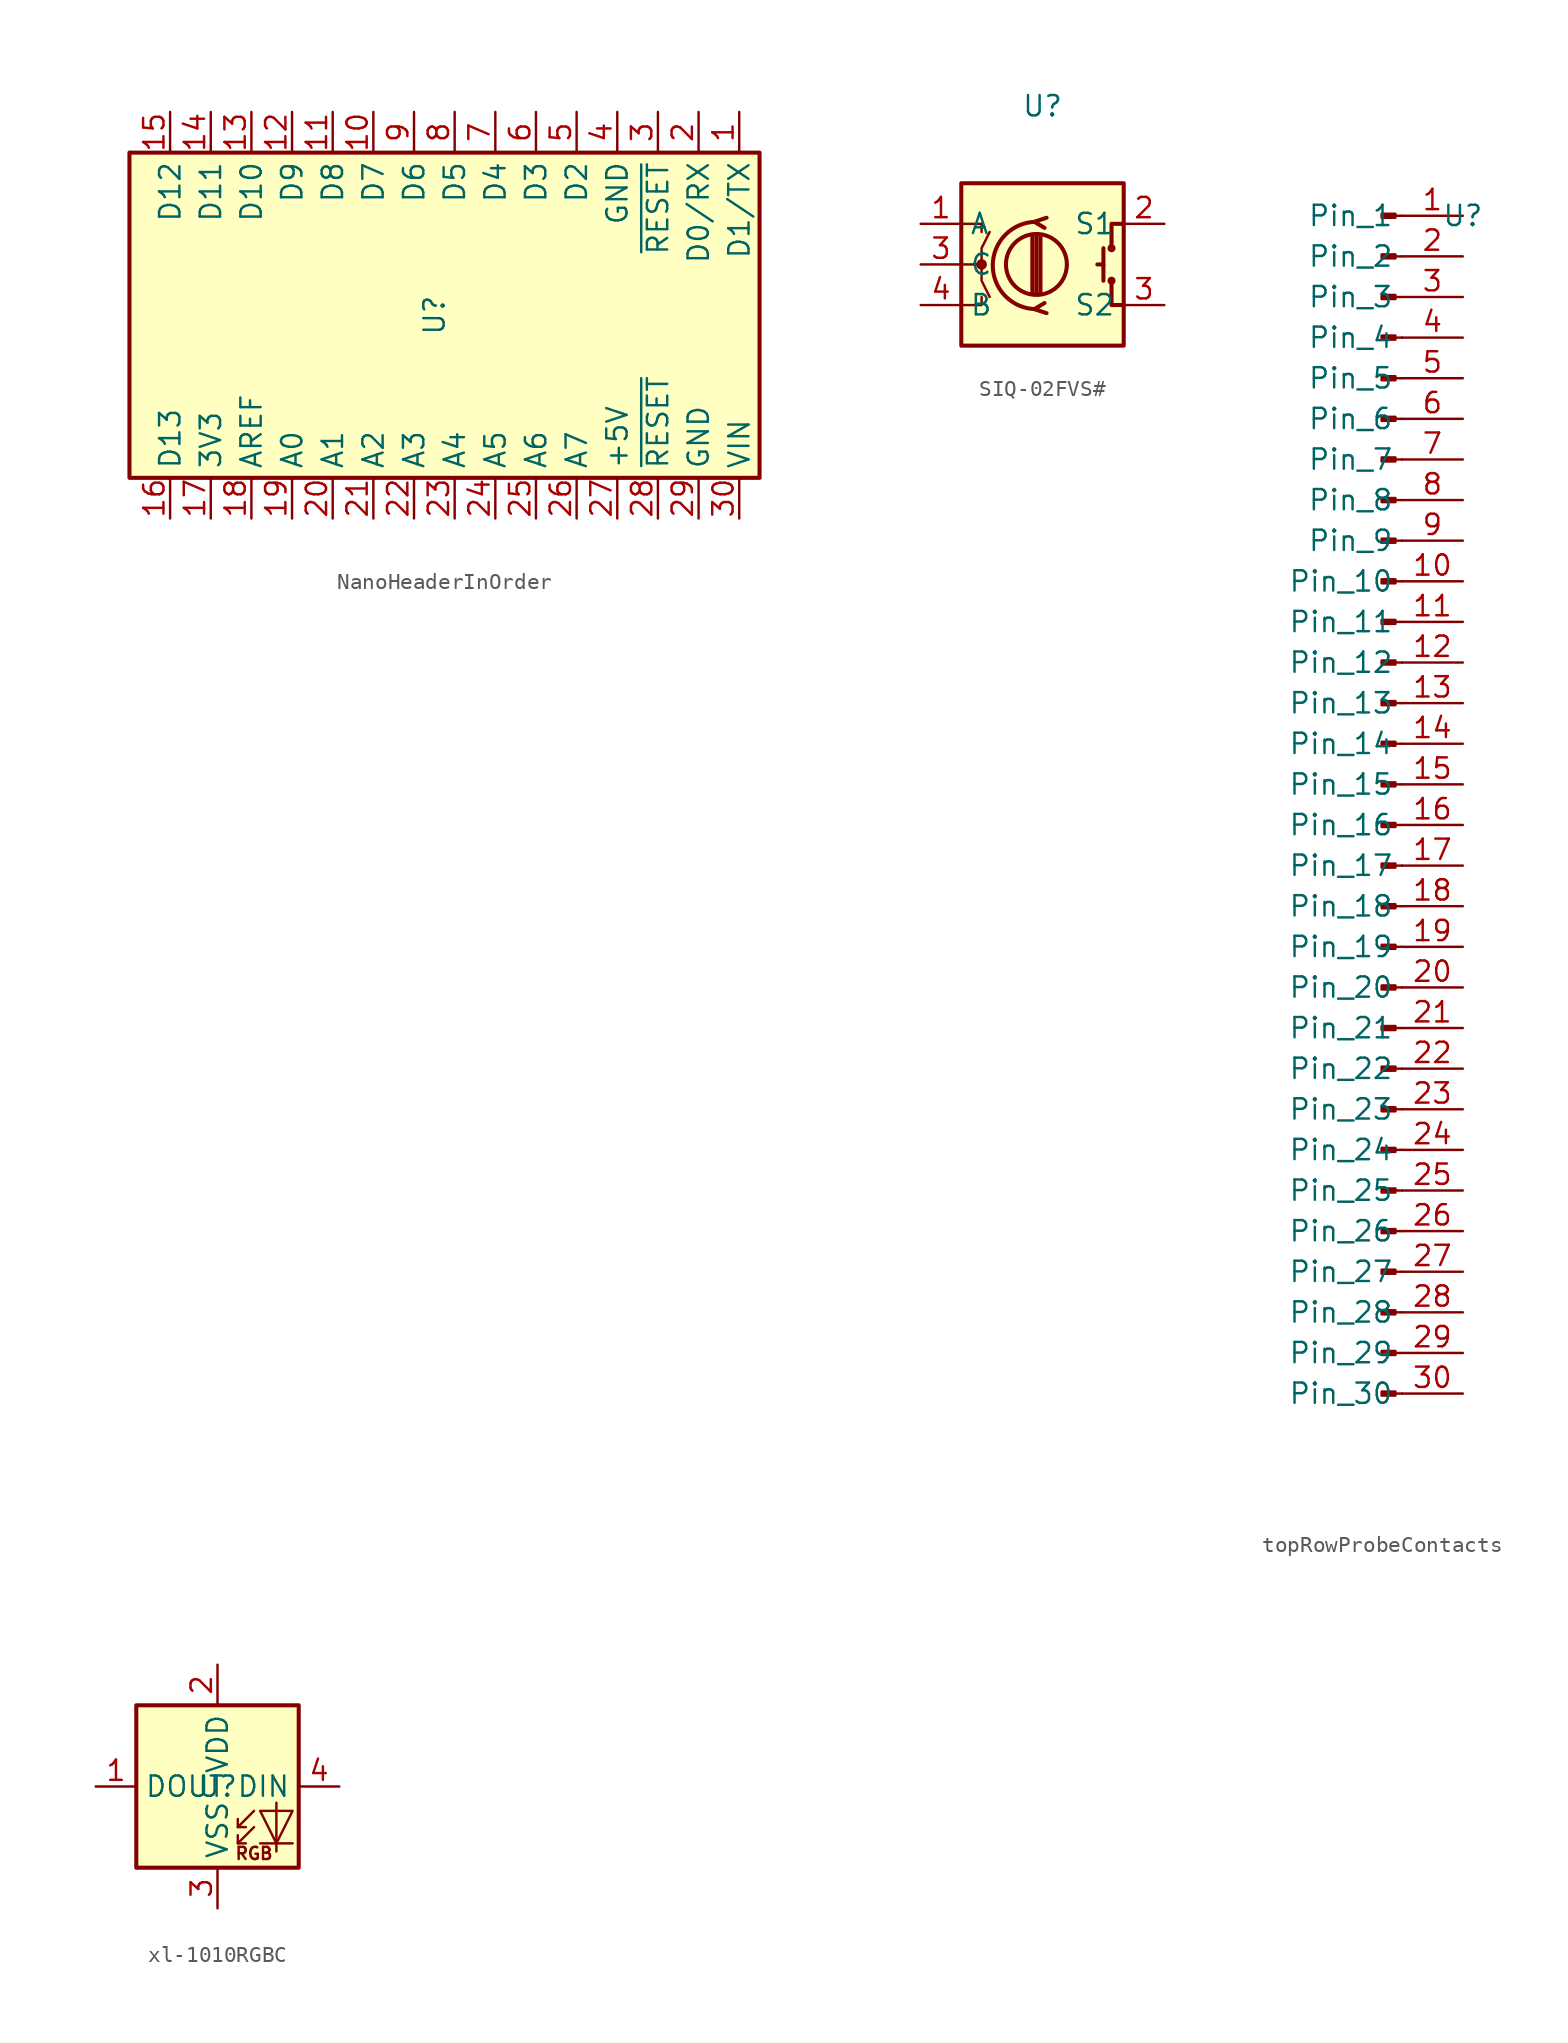
<source format=kicad_sym>
(kicad_symbol_lib
  (version 20231120)
  (generator "kicad_symbol_editor")
  (generator_version "8.0")
  (symbol "NanoHeaderInOrder"
    (property "Reference" "U"
      (at -1.27 0 90)
      (effects (font (size 1.27 1.27))))
    (property "Value" ""
      (at -1.27 0 90)
      (effects (font (size 1.27 1.27))))
    (symbol "NanoHeaderInOrder_0_1"
      (rectangle (start -20.32 10.16) (end 19.05 -10.16) (stroke (width 0.254) (type default)) (fill (type background))))
    (symbol "NanoHeaderInOrder_1_1"
      (pin bidirectional line (at 17.78 12.7 270) (length 2.54) (name "D1/TX" (effects (font (size 1.27 1.27)))) (number "1" (effects (font (size 1.27 1.27)))))
      (pin bidirectional line (at -5.08 12.7 270) (length 2.54) (name "D7" (effects (font (size 1.27 1.27)))) (number "10" (effects (font (size 1.27 1.27)))))
      (pin bidirectional line (at -7.62 12.7 270) (length 2.54) (name "D8" (effects (font (size 1.27 1.27)))) (number "11" (effects (font (size 1.27 1.27)))))
      (pin bidirectional line (at -10.16 12.7 270) (length 2.54) (name "D9" (effects (font (size 1.27 1.27)))) (number "12" (effects (font (size 1.27 1.27)))))
      (pin bidirectional line (at -12.7 12.7 270) (length 2.54) (name "D10" (effects (font (size 1.27 1.27)))) (number "13" (effects (font (size 1.27 1.27)))))
      (pin bidirectional line (at -15.24 12.7 270) (length 2.54) (name "D11" (effects (font (size 1.27 1.27)))) (number "14" (effects (font (size 1.27 1.27)))))
      (pin bidirectional line (at -17.78 12.7 270) (length 2.54) (name "D12" (effects (font (size 1.27 1.27)))) (number "15" (effects (font (size 1.27 1.27)))))
      (pin bidirectional line (at -17.78 -12.7 90) (length 2.54) (name "D13" (effects (font (size 1.27 1.27)))) (number "16" (effects (font (size 1.27 1.27)))))
      (pin power_out line (at -15.24 -12.7 90) (length 2.54) (name "3V3" (effects (font (size 1.27 1.27)))) (number "17" (effects (font (size 1.27 1.27)))))
      (pin input line (at -12.7 -12.7 90) (length 2.54) (name "AREF" (effects (font (size 1.27 1.27)))) (number "18" (effects (font (size 1.27 1.27)))))
      (pin bidirectional line (at -10.16 -12.7 90) (length 2.54) (name "A0" (effects (font (size 1.27 1.27)))) (number "19" (effects (font (size 1.27 1.27)))))
      (pin bidirectional line (at 15.24 12.7 270) (length 2.54) (name "D0/RX" (effects (font (size 1.27 1.27)))) (number "2" (effects (font (size 1.27 1.27)))))
      (pin bidirectional line (at -7.62 -12.7 90) (length 2.54) (name "A1" (effects (font (size 1.27 1.27)))) (number "20" (effects (font (size 1.27 1.27)))))
      (pin bidirectional line (at -5.08 -12.7 90) (length 2.54) (name "A2" (effects (font (size 1.27 1.27)))) (number "21" (effects (font (size 1.27 1.27)))))
      (pin bidirectional line (at -2.54 -12.7 90) (length 2.54) (name "A3" (effects (font (size 1.27 1.27)))) (number "22" (effects (font (size 1.27 1.27)))))
      (pin bidirectional line (at 0 -12.7 90) (length 2.54) (name "A4" (effects (font (size 1.27 1.27)))) (number "23" (effects (font (size 1.27 1.27)))))
      (pin bidirectional line (at 2.54 -12.7 90) (length 2.54) (name "A5" (effects (font (size 1.27 1.27)))) (number "24" (effects (font (size 1.27 1.27)))))
      (pin bidirectional line (at 5.08 -12.7 90) (length 2.54) (name "A6" (effects (font (size 1.27 1.27)))) (number "25" (effects (font (size 1.27 1.27)))))
      (pin bidirectional line (at 7.62 -12.7 90) (length 2.54) (name "A7" (effects (font (size 1.27 1.27)))) (number "26" (effects (font (size 1.27 1.27)))))
      (pin power_out line (at 10.16 -12.7 90) (length 2.54) (name "+5V" (effects (font (size 1.27 1.27)))) (number "27" (effects (font (size 1.27 1.27)))))
      (pin input line (at 12.7 -12.7 90) (length 2.54) (name "~{RESET}" (effects (font (size 1.27 1.27)))) (number "28" (effects (font (size 1.27 1.27)))))
      (pin power_in line (at 15.24 -12.7 90) (length 2.54) (name "GND" (effects (font (size 1.27 1.27)))) (number "29" (effects (font (size 1.27 1.27)))))
      (pin input line (at 12.7 12.7 270) (length 2.54) (name "~{RESET}" (effects (font (size 1.27 1.27)))) (number "3" (effects (font (size 1.27 1.27)))))
      (pin power_in line (at 17.78 -12.7 90) (length 2.54) (name "VIN" (effects (font (size 1.27 1.27)))) (number "30" (effects (font (size 1.27 1.27)))))
      (pin power_in line (at 10.16 12.7 270) (length 2.54) (name "GND" (effects (font (size 1.27 1.27)))) (number "4" (effects (font (size 1.27 1.27)))))
      (pin bidirectional line (at 7.62 12.7 270) (length 2.54) (name "D2" (effects (font (size 1.27 1.27)))) (number "5" (effects (font (size 1.27 1.27)))))
      (pin bidirectional line (at 5.08 12.7 270) (length 2.54) (name "D3" (effects (font (size 1.27 1.27)))) (number "6" (effects (font (size 1.27 1.27)))))
      (pin bidirectional line (at 2.54 12.7 270) (length 2.54) (name "D4" (effects (font (size 1.27 1.27)))) (number "7" (effects (font (size 1.27 1.27)))))
      (pin bidirectional line (at 0 12.7 270) (length 2.54) (name "D5" (effects (font (size 1.27 1.27)))) (number "8" (effects (font (size 1.27 1.27)))))
      (pin bidirectional line (at -2.54 12.7 270) (length 2.54) (name "D6" (effects (font (size 1.27 1.27)))) (number "9" (effects (font (size 1.27 1.27)))))))
  (symbol "SIQ-02FVS#"
    (property "Reference" "U"
      (at 0 9.906 0)
      (effects (font (size 1.27 1.27))))
    (property "Value" ""
      (at 0 0 0)
      (effects (font (size 1.27 1.27))))
    (symbol "SIQ-02FVS#_0_1"
      (rectangle (start -5.08 5.08) (end 5.08 -5.08) (stroke (width 0.254) (type default)) (fill (type background)))
      (circle (center -3.81 0) (radius 0.254) (stroke (width 0) (type default)) (fill (type outline)))
      (circle (center -0.381 0) (radius 1.905) (stroke (width 0.254) (type default)) (fill (type none)))
      (arc (start -0.381 2.667) (mid -3.0988 -0.0635) (end -0.381 -2.794) (stroke (width 0.254) (type default)) (fill (type none)))
      (polyline (pts (xy -0.635 -1.778) (xy -0.635 1.778)) (stroke (width 0.254) (type default)) (fill (type none)))
      (polyline (pts (xy -0.381 -1.778) (xy -0.381 1.778)) (stroke (width 0.254) (type default)) (fill (type none)))
      (polyline (pts (xy -0.127 1.778) (xy -0.127 -1.778)) (stroke (width 0.254) (type default)) (fill (type none)))
      (polyline (pts (xy 3.81 0) (xy 3.429 0)) (stroke (width 0.254) (type default)) (fill (type none)))
      (polyline (pts (xy 3.81 1.016) (xy 3.81 -1.016)) (stroke (width 0.254) (type default)) (fill (type none)))
      (polyline (pts (xy -5.08 -2.54) (xy -3.81 -2.54) (xy -3.81 -2.032)) (stroke (width 0) (type default)) (fill (type none)))
      (polyline (pts (xy -5.08 2.54) (xy -3.81 2.54) (xy -3.81 2.032)) (stroke (width 0) (type default)) (fill (type none)))
      (polyline (pts (xy 0.254 -3.048) (xy -0.508 -2.794) (xy 0.127 -2.413)) (stroke (width 0.254) (type default)) (fill (type none)))
      (polyline (pts (xy 0.254 2.921) (xy -0.508 2.667) (xy 0.127 2.286)) (stroke (width 0.254) (type default)) (fill (type none)))
      (polyline (pts (xy 5.08 -2.54) (xy 4.318 -2.54) (xy 4.318 -1.016)) (stroke (width 0.254) (type default)) (fill (type none)))
      (polyline (pts (xy 5.08 2.54) (xy 4.318 2.54) (xy 4.318 1.016)) (stroke (width 0.254) (type default)) (fill (type none)))
      (polyline (pts (xy -5.08 0) (xy -3.81 0) (xy -3.81 -1.016) (xy -3.302 -2.032)) (stroke (width 0) (type default)) (fill (type none)))
      (polyline (pts (xy -4.318 0) (xy -3.81 0) (xy -3.81 1.016) (xy -3.302 2.032)) (stroke (width 0) (type default)) (fill (type none)))
      (circle (center 4.318 -1.016) (radius 0.127) (stroke (width 0.254) (type default)) (fill (type none)))
      (circle (center 4.318 1.016) (radius 0.127) (stroke (width 0.254) (type default)) (fill (type none))))
    (symbol "SIQ-02FVS#_1_1"
      (pin passive line (at -7.62 2.54 0) (length 2.54) (name "A" (effects (font (size 1.27 1.27)))) (number "1" (effects (font (size 1.27 1.27)))))
      (pin passive line (at 7.62 2.54 180) (length 2.54) (name "S1" (effects (font (size 1.27 1.27)))) (number "2" (effects (font (size 1.27 1.27)))))
      (pin output line (at -7.62 0 0) (length 2.54) (name "C" (effects (font (size 1.27 1.27)))) (number "3" (effects (font (size 1.27 1.27)))))
      (pin passive line (at 7.62 -2.54 180) (length 2.54) (name "S2" (effects (font (size 1.27 1.27)))) (number "3" (effects (font (size 1.27 1.27)))))
      (pin passive line (at -7.62 -2.54 0) (length 2.54) (name "B" (effects (font (size 1.27 1.27)))) (number "4" (effects (font (size 1.27 1.27)))))))
  (symbol "topRowProbeContacts"
    (property "Reference" "U"
      (at 0 0 0)
      (effects (font (size 1.27 1.27))))
    (property "Value" ""
      (at 0 0 0)
      (effects (font (size 1.27 1.27))))
    (symbol "topRowProbeContacts_1_1"
      (rectangle (start -4.216 -73.533) (end -5.08 -73.787) (stroke (width 0.152) (type default)) (fill (type outline)))
      (rectangle (start -4.216 -70.993) (end -5.08 -71.247) (stroke (width 0.152) (type default)) (fill (type outline)))
      (rectangle (start -4.216 -68.453) (end -5.08 -68.707) (stroke (width 0.152) (type default)) (fill (type outline)))
      (rectangle (start -4.216 -65.913) (end -5.08 -66.167) (stroke (width 0.152) (type default)) (fill (type outline)))
      (rectangle (start -4.216 -63.373) (end -5.08 -63.627) (stroke (width 0.152) (type default)) (fill (type outline)))
      (rectangle (start -4.216 -60.833) (end -5.08 -61.087) (stroke (width 0.152) (type default)) (fill (type outline)))
      (rectangle (start -4.216 -58.293) (end -5.08 -58.547) (stroke (width 0.152) (type default)) (fill (type outline)))
      (rectangle (start -4.216 -55.753) (end -5.08 -56.007) (stroke (width 0.152) (type default)) (fill (type outline)))
      (rectangle (start -4.216 -53.213) (end -5.08 -53.467) (stroke (width 0.152) (type default)) (fill (type outline)))
      (rectangle (start -4.216 -50.673) (end -5.08 -50.927) (stroke (width 0.152) (type default)) (fill (type outline)))
      (rectangle (start -4.216 -48.133) (end -5.08 -48.387) (stroke (width 0.152) (type default)) (fill (type outline)))
      (rectangle (start -4.216 -45.593) (end -5.08 -45.847) (stroke (width 0.152) (type default)) (fill (type outline)))
      (rectangle (start -4.216 -43.053) (end -5.08 -43.307) (stroke (width 0.152) (type default)) (fill (type outline)))
      (rectangle (start -4.216 -40.513) (end -5.08 -40.767) (stroke (width 0.152) (type default)) (fill (type outline)))
      (rectangle (start -4.216 -37.973) (end -5.08 -38.227) (stroke (width 0.152) (type default)) (fill (type outline)))
      (rectangle (start -4.216 -35.433) (end -5.08 -35.687) (stroke (width 0.152) (type default)) (fill (type outline)))
      (rectangle (start -4.216 -32.893) (end -5.08 -33.147) (stroke (width 0.152) (type default)) (fill (type outline)))
      (rectangle (start -4.216 -30.353) (end -5.08 -30.607) (stroke (width 0.152) (type default)) (fill (type outline)))
      (rectangle (start -4.216 -27.813) (end -5.08 -28.067) (stroke (width 0.152) (type default)) (fill (type outline)))
      (rectangle (start -4.216 -25.273) (end -5.08 -25.527) (stroke (width 0.152) (type default)) (fill (type outline)))
      (rectangle (start -4.216 -22.733) (end -5.08 -22.987) (stroke (width 0.152) (type default)) (fill (type outline)))
      (rectangle (start -4.216 -20.193) (end -5.08 -20.447) (stroke (width 0.152) (type default)) (fill (type outline)))
      (rectangle (start -4.216 -17.653) (end -5.08 -17.907) (stroke (width 0.152) (type default)) (fill (type outline)))
      (rectangle (start -4.216 -15.113) (end -5.08 -15.367) (stroke (width 0.152) (type default)) (fill (type outline)))
      (rectangle (start -4.216 -12.573) (end -5.08 -12.827) (stroke (width 0.152) (type default)) (fill (type outline)))
      (rectangle (start -4.216 -10.033) (end -5.08 -10.287) (stroke (width 0.152) (type default)) (fill (type outline)))
      (rectangle (start -4.216 -7.493) (end -5.08 -7.747) (stroke (width 0.152) (type default)) (fill (type outline)))
      (rectangle (start -4.216 -4.953) (end -5.08 -5.207) (stroke (width 0.152) (type default)) (fill (type outline)))
      (rectangle (start -4.216 -2.413) (end -5.08 -2.667) (stroke (width 0.152) (type default)) (fill (type outline)))
      (rectangle (start -4.216 0.127) (end -5.08 -0.127) (stroke (width 0.152) (type default)) (fill (type outline)))
      (polyline (pts (xy -3.81 -73.66) (xy -4.216 -73.66)) (stroke (width 0.152) (type default)) (fill (type none)))
      (polyline (pts (xy -3.81 -71.12) (xy -4.216 -71.12)) (stroke (width 0.152) (type default)) (fill (type none)))
      (polyline (pts (xy -3.81 -68.58) (xy -4.216 -68.58)) (stroke (width 0.152) (type default)) (fill (type none)))
      (polyline (pts (xy -3.81 -66.04) (xy -4.216 -66.04)) (stroke (width 0.152) (type default)) (fill (type none)))
      (polyline (pts (xy -3.81 -63.5) (xy -4.216 -63.5)) (stroke (width 0.152) (type default)) (fill (type none)))
      (polyline (pts (xy -3.81 -60.96) (xy -4.216 -60.96)) (stroke (width 0.152) (type default)) (fill (type none)))
      (polyline (pts (xy -3.81 -58.42) (xy -4.216 -58.42)) (stroke (width 0.152) (type default)) (fill (type none)))
      (polyline (pts (xy -3.81 -55.88) (xy -4.216 -55.88)) (stroke (width 0.152) (type default)) (fill (type none)))
      (polyline (pts (xy -3.81 -53.34) (xy -4.216 -53.34)) (stroke (width 0.152) (type default)) (fill (type none)))
      (polyline (pts (xy -3.81 -50.8) (xy -4.216 -50.8)) (stroke (width 0.152) (type default)) (fill (type none)))
      (polyline (pts (xy -3.81 -48.26) (xy -4.216 -48.26)) (stroke (width 0.152) (type default)) (fill (type none)))
      (polyline (pts (xy -3.81 -45.72) (xy -4.216 -45.72)) (stroke (width 0.152) (type default)) (fill (type none)))
      (polyline (pts (xy -3.81 -43.18) (xy -4.216 -43.18)) (stroke (width 0.152) (type default)) (fill (type none)))
      (polyline (pts (xy -3.81 -40.64) (xy -4.216 -40.64)) (stroke (width 0.152) (type default)) (fill (type none)))
      (polyline (pts (xy -3.81 -38.1) (xy -4.216 -38.1)) (stroke (width 0.152) (type default)) (fill (type none)))
      (polyline (pts (xy -3.81 -35.56) (xy -4.216 -35.56)) (stroke (width 0.152) (type default)) (fill (type none)))
      (polyline (pts (xy -3.81 -33.02) (xy -4.216 -33.02)) (stroke (width 0.152) (type default)) (fill (type none)))
      (polyline (pts (xy -3.81 -30.48) (xy -4.216 -30.48)) (stroke (width 0.152) (type default)) (fill (type none)))
      (polyline (pts (xy -3.81 -27.94) (xy -4.216 -27.94)) (stroke (width 0.152) (type default)) (fill (type none)))
      (polyline (pts (xy -3.81 -25.4) (xy -4.216 -25.4)) (stroke (width 0.152) (type default)) (fill (type none)))
      (polyline (pts (xy -3.81 -22.86) (xy -4.216 -22.86)) (stroke (width 0.152) (type default)) (fill (type none)))
      (polyline (pts (xy -3.81 -20.32) (xy -4.216 -20.32)) (stroke (width 0.152) (type default)) (fill (type none)))
      (polyline (pts (xy -3.81 -17.78) (xy -4.216 -17.78)) (stroke (width 0.152) (type default)) (fill (type none)))
      (polyline (pts (xy -3.81 -15.24) (xy -4.216 -15.24)) (stroke (width 0.152) (type default)) (fill (type none)))
      (polyline (pts (xy -3.81 -12.7) (xy -4.216 -12.7)) (stroke (width 0.152) (type default)) (fill (type none)))
      (polyline (pts (xy -3.81 -10.16) (xy -4.216 -10.16)) (stroke (width 0.152) (type default)) (fill (type none)))
      (polyline (pts (xy -3.81 -7.62) (xy -4.216 -7.62)) (stroke (width 0.152) (type default)) (fill (type none)))
      (polyline (pts (xy -3.81 -5.08) (xy -4.216 -5.08)) (stroke (width 0.152) (type default)) (fill (type none)))
      (polyline (pts (xy -3.81 -2.54) (xy -4.216 -2.54)) (stroke (width 0.152) (type default)) (fill (type none)))
      (polyline (pts (xy -3.81 0) (xy -4.216 0)) (stroke (width 0.152) (type default)) (fill (type none)))
      (pin passive line (at 0 0 180) (length 3.81) (name "Pin_1" (effects (font (size 1.27 1.27)))) (number "1" (effects (font (size 1.27 1.27)))))
      (pin passive line (at 0 -22.86 180) (length 3.81) (name "Pin_10" (effects (font (size 1.27 1.27)))) (number "10" (effects (font (size 1.27 1.27)))))
      (pin passive line (at 0 -25.4 180) (length 3.81) (name "Pin_11" (effects (font (size 1.27 1.27)))) (number "11" (effects (font (size 1.27 1.27)))))
      (pin passive line (at 0 -27.94 180) (length 3.81) (name "Pin_12" (effects (font (size 1.27 1.27)))) (number "12" (effects (font (size 1.27 1.27)))))
      (pin passive line (at 0 -30.48 180) (length 3.81) (name "Pin_13" (effects (font (size 1.27 1.27)))) (number "13" (effects (font (size 1.27 1.27)))))
      (pin passive line (at 0 -33.02 180) (length 3.81) (name "Pin_14" (effects (font (size 1.27 1.27)))) (number "14" (effects (font (size 1.27 1.27)))))
      (pin passive line (at 0 -35.56 180) (length 3.81) (name "Pin_15" (effects (font (size 1.27 1.27)))) (number "15" (effects (font (size 1.27 1.27)))))
      (pin passive line (at 0 -38.1 180) (length 3.81) (name "Pin_16" (effects (font (size 1.27 1.27)))) (number "16" (effects (font (size 1.27 1.27)))))
      (pin passive line (at 0 -40.64 180) (length 3.81) (name "Pin_17" (effects (font (size 1.27 1.27)))) (number "17" (effects (font (size 1.27 1.27)))))
      (pin passive line (at 0 -43.18 180) (length 3.81) (name "Pin_18" (effects (font (size 1.27 1.27)))) (number "18" (effects (font (size 1.27 1.27)))))
      (pin passive line (at 0 -45.72 180) (length 3.81) (name "Pin_19" (effects (font (size 1.27 1.27)))) (number "19" (effects (font (size 1.27 1.27)))))
      (pin passive line (at 0 -2.54 180) (length 3.81) (name "Pin_2" (effects (font (size 1.27 1.27)))) (number "2" (effects (font (size 1.27 1.27)))))
      (pin passive line (at 0 -48.26 180) (length 3.81) (name "Pin_20" (effects (font (size 1.27 1.27)))) (number "20" (effects (font (size 1.27 1.27)))))
      (pin passive line (at 0 -50.8 180) (length 3.81) (name "Pin_21" (effects (font (size 1.27 1.27)))) (number "21" (effects (font (size 1.27 1.27)))))
      (pin passive line (at 0 -53.34 180) (length 3.81) (name "Pin_22" (effects (font (size 1.27 1.27)))) (number "22" (effects (font (size 1.27 1.27)))))
      (pin passive line (at 0 -55.88 180) (length 3.81) (name "Pin_23" (effects (font (size 1.27 1.27)))) (number "23" (effects (font (size 1.27 1.27)))))
      (pin passive line (at 0 -58.42 180) (length 3.81) (name "Pin_24" (effects (font (size 1.27 1.27)))) (number "24" (effects (font (size 1.27 1.27)))))
      (pin passive line (at 0 -60.96 180) (length 3.81) (name "Pin_25" (effects (font (size 1.27 1.27)))) (number "25" (effects (font (size 1.27 1.27)))))
      (pin passive line (at 0 -63.5 180) (length 3.81) (name "Pin_26" (effects (font (size 1.27 1.27)))) (number "26" (effects (font (size 1.27 1.27)))))
      (pin passive line (at 0 -66.04 180) (length 3.81) (name "Pin_27" (effects (font (size 1.27 1.27)))) (number "27" (effects (font (size 1.27 1.27)))))
      (pin passive line (at 0 -68.58 180) (length 3.81) (name "Pin_28" (effects (font (size 1.27 1.27)))) (number "28" (effects (font (size 1.27 1.27)))))
      (pin passive line (at 0 -71.12 180) (length 3.81) (name "Pin_29" (effects (font (size 1.27 1.27)))) (number "29" (effects (font (size 1.27 1.27)))))
      (pin passive line (at 0 -5.08 180) (length 3.81) (name "Pin_3" (effects (font (size 1.27 1.27)))) (number "3" (effects (font (size 1.27 1.27)))))
      (pin passive line (at 0 -73.66 180) (length 3.81) (name "Pin_30" (effects (font (size 1.27 1.27)))) (number "30" (effects (font (size 1.27 1.27)))))
      (pin passive line (at 0 -7.62 180) (length 3.81) (name "Pin_4" (effects (font (size 1.27 1.27)))) (number "4" (effects (font (size 1.27 1.27)))))
      (pin passive line (at 0 -10.16 180) (length 3.81) (name "Pin_5" (effects (font (size 1.27 1.27)))) (number "5" (effects (font (size 1.27 1.27)))))
      (pin passive line (at 0 -12.7 180) (length 3.81) (name "Pin_6" (effects (font (size 1.27 1.27)))) (number "6" (effects (font (size 1.27 1.27)))))
      (pin passive line (at 0 -15.24 180) (length 3.81) (name "Pin_7" (effects (font (size 1.27 1.27)))) (number "7" (effects (font (size 1.27 1.27)))))
      (pin passive line (at 0 -17.78 180) (length 3.81) (name "Pin_8" (effects (font (size 1.27 1.27)))) (number "8" (effects (font (size 1.27 1.27)))))
      (pin passive line (at 0 -20.32 180) (length 3.81) (name "Pin_9" (effects (font (size 1.27 1.27)))) (number "9" (effects (font (size 1.27 1.27)))))))
  (symbol "xl-1010RGBC"
    (property "Reference" "U"
      (at 0 0 0)
      (effects (font (size 1.27 1.27))))
    (property "Value" ""
      (at 0 0 0)
      (effects (font (size 1.27 1.27))))
    (symbol "xl-1010RGBC_0_0"
      (text "RGB" (at 2.286 -4.191 0) (effects (font (size 0.762 0.762)))))
    (symbol "xl-1010RGBC_0_1"
      (polyline (pts (xy 1.27 -3.556) (xy 1.778 -3.556)) (stroke (width 0) (type default)) (fill (type none)))
      (polyline (pts (xy 1.27 -2.54) (xy 1.778 -2.54)) (stroke (width 0) (type default)) (fill (type none)))
      (polyline (pts (xy 4.699 -3.556) (xy 2.667 -3.556)) (stroke (width 0) (type default)) (fill (type none)))
      (polyline (pts (xy 2.286 -2.54) (xy 1.27 -3.556) (xy 1.27 -3.048)) (stroke (width 0) (type default)) (fill (type none)))
      (polyline (pts (xy 2.286 -1.524) (xy 1.27 -2.54) (xy 1.27 -2.032)) (stroke (width 0) (type default)) (fill (type none)))
      (polyline (pts (xy 3.683 -1.016) (xy 3.683 -3.556) (xy 3.683 -4.064)) (stroke (width 0) (type default)) (fill (type none)))
      (polyline (pts (xy 4.699 -1.524) (xy 2.667 -1.524) (xy 3.683 -3.556) (xy 4.699 -1.524)) (stroke (width 0) (type default)) (fill (type none)))
      (rectangle (start 5.08 5.08) (end -5.08 -5.08) (stroke (width 0.254) (type default)) (fill (type background))))
    (symbol "xl-1010RGBC_1_1"
      (pin output line (at -7.62 0 0) (length 2.54) (name "DOUT" (effects (font (size 1.27 1.27)))) (number "1" (effects (font (size 1.27 1.27)))))
      (pin power_in line (at 0 7.62 270) (length 2.54) (name "VDD" (effects (font (size 1.27 1.27)))) (number "2" (effects (font (size 1.27 1.27)))))
      (pin power_in line (at 0 -7.62 90) (length 2.54) (name "VSS" (effects (font (size 1.27 1.27)))) (number "3" (effects (font (size 1.27 1.27)))))
      (pin input line (at 7.62 0 180) (length 2.54) (name "DIN" (effects (font (size 1.27 1.27)))) (number "4" (effects (font (size 1.27 1.27))))))))
</source>
